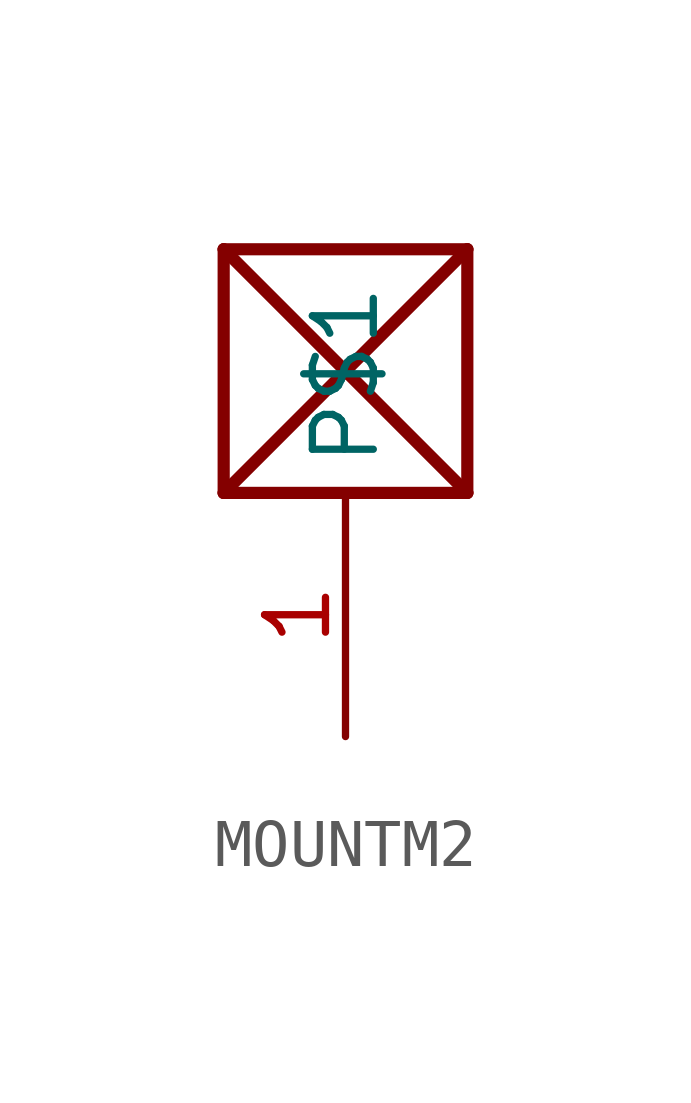
<source format=kicad_sym>
(kicad_symbol_lib
  (version 20220914)
  (generator kicad_symbol_editor)
  (symbol "MOUNTM2"
    (property "Reference" ""
      (at -2.54 5.08 0)
      (effects (font (size 1.27 1.079)) (justify left bottom) hide))
    (property "ki_locked" ""
      (at 0 0 0)
      (effects (font (size 1.27 1.27))))
    (symbol "MOUNTM2_1_0"
      (polyline (pts (xy -2.54 -2.54) (xy -2.54 2.54)) (stroke (width 0.254) (type solid)) (fill (type none)))
      (polyline (pts (xy -2.54 2.54) (xy 2.54 -2.54)) (stroke (width 0.254) (type solid)) (fill (type none)))
      (polyline (pts (xy -2.54 2.54) (xy 2.54 2.54)) (stroke (width 0.254) (type solid)) (fill (type none)))
      (polyline (pts (xy 2.54 -2.54) (xy -2.54 -2.54)) (stroke (width 0.254) (type solid)) (fill (type none)))
      (polyline (pts (xy 2.54 -2.54) (xy 2.54 2.54)) (stroke (width 0.254) (type solid)) (fill (type none)))
      (polyline (pts (xy 2.54 2.54) (xy -2.54 -2.54)) (stroke (width 0.254) (type solid)) (fill (type none)))
      (pin bidirectional line (at 0 -7.62 90) (length 5.08) (name "P$1" (effects (font (size 1.27 1.27)))) (number "1" (effects (font (size 1.27 1.27))))))))
</source>
